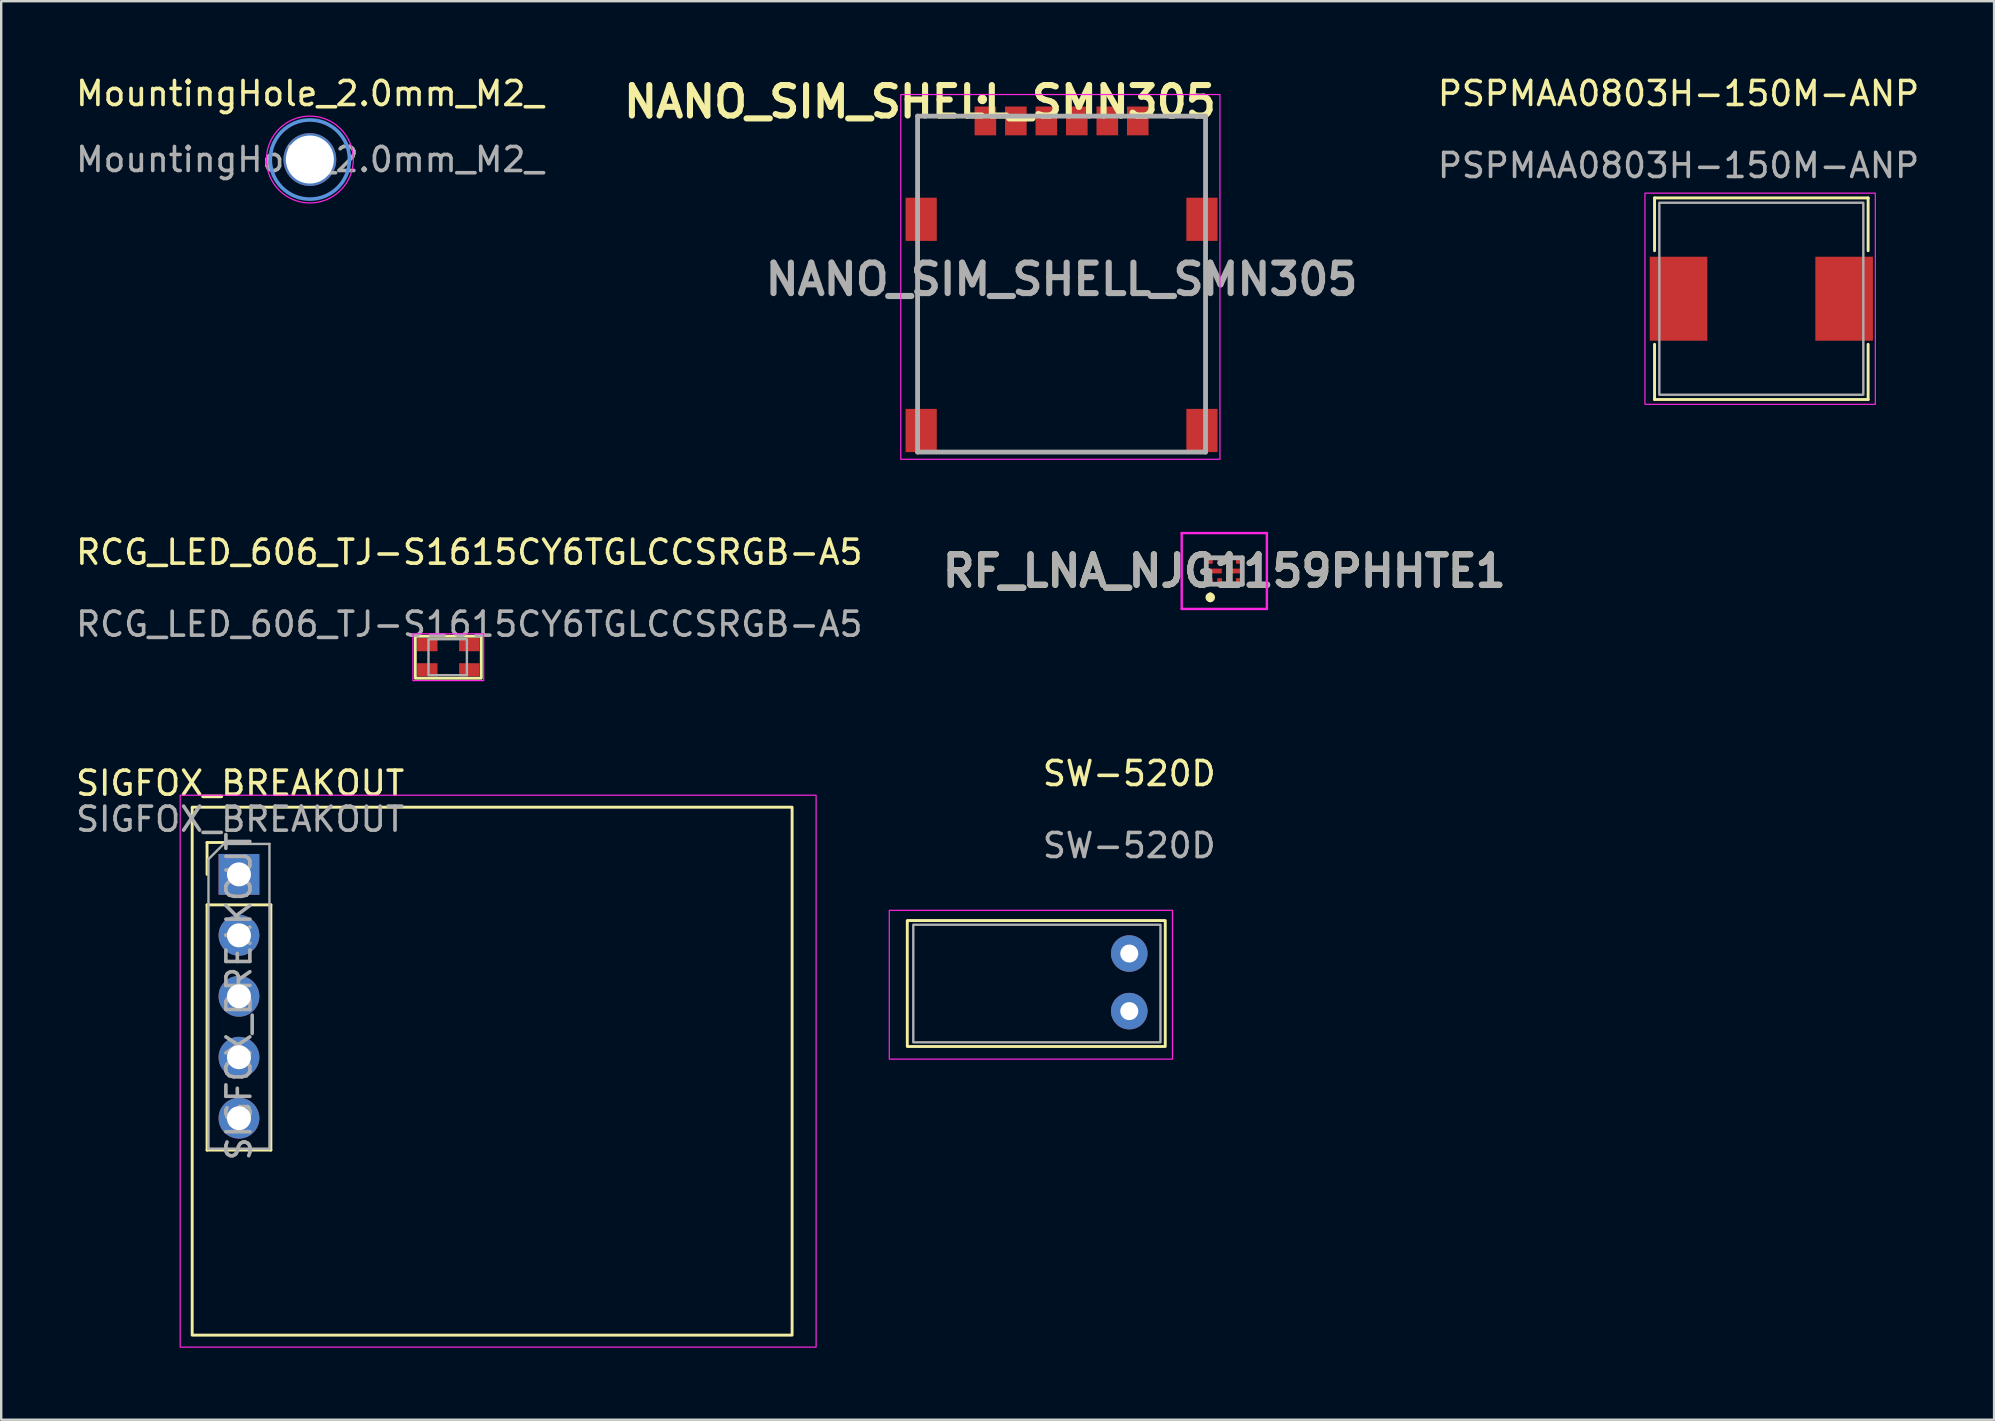
<source format=kicad_pcb>
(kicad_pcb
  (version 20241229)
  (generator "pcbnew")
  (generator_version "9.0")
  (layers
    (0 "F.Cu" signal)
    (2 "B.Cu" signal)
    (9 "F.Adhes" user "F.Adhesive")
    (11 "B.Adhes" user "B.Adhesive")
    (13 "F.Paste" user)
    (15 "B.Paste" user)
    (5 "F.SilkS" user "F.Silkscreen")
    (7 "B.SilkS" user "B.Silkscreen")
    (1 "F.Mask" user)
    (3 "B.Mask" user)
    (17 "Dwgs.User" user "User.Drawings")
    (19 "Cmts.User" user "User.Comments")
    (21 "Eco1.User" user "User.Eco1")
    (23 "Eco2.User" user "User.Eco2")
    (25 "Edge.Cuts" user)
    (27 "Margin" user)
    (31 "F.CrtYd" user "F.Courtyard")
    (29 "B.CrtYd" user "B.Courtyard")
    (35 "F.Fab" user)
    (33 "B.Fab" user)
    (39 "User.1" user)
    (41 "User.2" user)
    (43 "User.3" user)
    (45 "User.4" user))
  (footprint "SW-520D"
    (layer "F.Cu")
    (at 44.008 36.685)
    (property "Reference" "SW-520D" (at 0 -7.5 0) (unlocked yes) (layer "F.SilkS") (effects (font (size 1 1) (thickness 0.15))))
    (attr through_hole)
    (fp_rect (start -9.25 -1.375) (end 1.5 3.875) (stroke (width 0.12) (type default)) (fill no) (layer "F.SilkS"))
    (fp_rect (start -10 -1.8) (end 1.8 4.4) (stroke (width 0.05) (type default)) (fill no) (layer "F.CrtYd"))
    (fp_rect (start -9 -1.2) (end 1.3 3.7) (stroke (width 0.1) (type default)) (fill no) (layer "F.Fab"))
    (fp_text user "${REFERENCE}" (at 0 -4.5 0) (unlocked yes) (layer "F.Fab") (effects (font (size 1 1) (thickness 0.15))))
    (pad "1" thru_hole circle (at 0 0) (size 1.524 1.524) (drill 0.75) (layers "*.Cu" "*.Mask"))
    (pad "2" thru_hole circle (at 0 2.4) (size 1.524 1.524) (drill 0.75) (layers "*.Cu" "*.Mask")))
  (footprint "RF_LNA_NJG1159PHHTE1"
    (layer "F.Cu")
    (at 47.968 20.744)
    (property "Reference" "RF_LNA_NJG1159PHHTE1" (at 0 0 0) (layer "F.SilkS") (effects (font (size 1.27 1.27) (thickness 0.254))))
    (attr smd)
    (fp_line (start -0.585 1) (end -0.585 1) (stroke (width 0.2) (type solid)) (layer "F.SilkS"))
    (fp_line (start -0.585 1.2) (end -0.585 1.2) (stroke (width 0.2) (type solid)) (layer "F.SilkS"))
    (fp_arc (start -0.585 1) (mid -0.485 1.1) (end -0.585 1.2) (stroke (width 0.2) (type solid)) (layer "F.SilkS"))
    (fp_arc (start -0.585 1.2) (mid -0.685 1.1) (end -0.585 1) (stroke (width 0.2) (type solid)) (layer "F.SilkS"))
    (fp_line (start -1.775 -1.58) (end 1.775 -1.58) (stroke (width 0.1) (type solid)) (layer "F.CrtYd"))
    (fp_line (start -1.775 1.58) (end -1.775 -1.58) (stroke (width 0.1) (type solid)) (layer "F.CrtYd"))
    (fp_line (start 1.775 -1.58) (end 1.775 1.58) (stroke (width 0.1) (type solid)) (layer "F.CrtYd"))
    (fp_line (start 1.775 1.58) (end -1.775 1.58) (stroke (width 0.1) (type solid)) (layer "F.CrtYd"))
    (fp_line (start -0.75 -0.55) (end 0.75 -0.55) (stroke (width 0.2) (type solid)) (layer "F.Fab"))
    (fp_line (start -0.75 0.55) (end -0.75 -0.55) (stroke (width 0.2) (type solid)) (layer "F.Fab"))
    (fp_line (start 0.75 -0.55) (end 0.75 0.55) (stroke (width 0.2) (type solid)) (layer "F.Fab"))
    (fp_line (start 0.75 0.55) (end -0.75 0.55) (stroke (width 0.2) (type solid)) (layer "F.Fab"))
    (fp_text user "${REFERENCE}" (at 0 0 0) (layer "F.Fab") (effects (font (size 1.27 1.27) (thickness 0.254))))
    (pad "1" smd rect (at -0.585 0.44) (size 0.2 0.28) (layers "F.Cu" "F.Mask" "F.Paste"))
    (pad "2" smd rect (at -0.195 0.44) (size 0.2 0.28) (layers "F.Cu" "F.Mask" "F.Paste"))
    (pad "3" smd rect (at 0.195 0.44) (size 0.2 0.28) (layers "F.Cu" "F.Mask" "F.Paste"))
    (pad "4" smd rect (at 0.585 0.44) (size 0.2 0.28) (layers "F.Cu" "F.Mask" "F.Paste"))
    (pad "5" smd rect (at 0.585 -0.44) (size 0.2 0.28) (layers "F.Cu" "F.Mask" "F.Paste"))
    (pad "6" smd rect (at 0.195 -0.44) (size 0.2 0.28) (layers "F.Cu" "F.Mask" "F.Paste"))
    (pad "7" smd rect (at -0.195 -0.44) (size 0.2 0.28) (layers "F.Cu" "F.Mask" "F.Paste"))
    (pad "8" smd rect (at -0.585 -0.44) (size 0.2 0.28) (layers "F.Cu" "F.Mask" "F.Paste"))
    (pad "9" smd rect (at -0.44 0 90) (size 0.2 0.67) (layers "F.Cu" "F.Mask" "F.Paste"))
    (pad "10" smd rect (at 0.44 0 90) (size 0.2 0.67) (layers "F.Cu" "F.Mask" "F.Paste")))
  (footprint "MountingHole_2.0mm_M2_"
    (layer "F.Cu")
    (at 9.863 3.598)
    (property "Reference" "MountingHole_2.0mm_M2_" (at 0 -2.75 0) (layer "F.SilkS") (effects (font (size 1 1) (thickness 0.15))))
    (attr exclude_from_pos_files exclude_from_bom)
    (fp_circle (center 0 0) (end 1.65 0) (stroke (width 0.15) (type solid)) (fill no) (layer "Cmts.User"))
    (fp_circle (center 0 0) (end 1.81 0.03) (stroke (width 0.05) (type solid)) (fill no) (layer "F.CrtYd"))
    (fp_text user "${REFERENCE}" (at 0 0 0) (layer "F.Fab") (effects (font (size 1 1) (thickness 0.15))))
    (pad "" np_thru_hole circle (at 0 0) (size 2.2 2.2) (drill 2) (layers "*.Cu" "*.Mask")))
  (footprint "PSPMAA0803H-150M-ANP"
    (layer "F.Cu")
    (at 66.897 9.398)
    (property "Reference" "PSPMAA0803H-150M-ANP" (at 0 -8.55 0) (unlocked yes) (layer "F.SilkS") (effects (font (size 1 1) (thickness 0.15))))
    (attr smd)
    (fp_line (start -1 -4.2) (end 7.9 -4.2) (stroke (width 0.12) (type default)) (layer "F.SilkS"))
    (fp_line (start -1 -2) (end -1 -4.2) (stroke (width 0.12) (type default)) (layer "F.SilkS"))
    (fp_line (start -1 4.2) (end -1 1.9) (stroke (width 0.12) (type default)) (layer "F.SilkS"))
    (fp_line (start 7.9 -4.2) (end 7.9 -2) (stroke (width 0.12) (type default)) (layer "F.SilkS"))
    (fp_line (start 7.9 1.9) (end 7.9 4.2) (stroke (width 0.12) (type default)) (layer "F.SilkS"))
    (fp_line (start 7.9 4.2) (end -1 4.2) (stroke (width 0.12) (type default)) (layer "F.SilkS"))
    (fp_rect (start -1.4 -4.4) (end 8.2 4.4) (stroke (width 0.05) (type default)) (fill no) (layer "F.CrtYd"))
    (fp_rect (start -0.8 -4) (end 7.7 4) (stroke (width 0.1) (type default)) (fill no) (layer "F.Fab"))
    (fp_text user "${REFERENCE}" (at 0 -5.55 0) (unlocked yes) (layer "F.Fab") (effects (font (size 1 1) (thickness 0.15))))
    (pad "1" smd rect (at 0 0) (size 2.4 3.5) (layers "F.Cu" "F.Mask" "F.Paste"))
    (pad "2" smd rect (at 6.9 0) (size 2.4 3.5) (layers "F.Cu" "F.Mask" "F.Paste")))
  (footprint "NANO_SIM_SHELL_SMN305"
    (layer "F.Cu")
    (at 41.187 8.589)
    (property "Reference" "NANO_SIM_SHELL_SMN305" (at -5.9 -7.4 0) (layer "F.SilkS") (effects (font (size 1.27 1.27) (thickness 0.254))))
    (attr smd)
    (fp_line (start -6 -6.8) (end -6 -4) (stroke (width 0.1) (type solid)) (layer "F.SilkS"))
    (fp_line (start -6 -1) (end -6 5) (stroke (width 0.1) (type solid)) (layer "F.SilkS"))
    (fp_line (start -4.5 7.2) (end 4.5 7.2) (stroke (width 0.1) (type solid)) (layer "F.SilkS"))
    (fp_line (start -4 -6.8) (end -6 -6.8) (stroke (width 0.1) (type solid)) (layer "F.SilkS"))
    (fp_line (start -3.3 -7.6) (end -3.3 -7.6) (stroke (width 0.2) (type solid)) (layer "F.SilkS"))
    (fp_line (start -3.3 -7.4) (end -3.3 -7.4) (stroke (width 0.2) (type solid)) (layer "F.SilkS"))
    (fp_line (start 6 -6.8) (end 4.5 -6.8) (stroke (width 0.1) (type solid)) (layer "F.SilkS"))
    (fp_line (start 6 -4) (end 6 -6.8) (stroke (width 0.1) (type solid)) (layer "F.SilkS"))
    (fp_line (start 6 5) (end 6 -1) (stroke (width 0.1) (type solid)) (layer "F.SilkS"))
    (fp_arc (start -3.3 -7.6) (mid -3.2 -7.5) (end -3.3 -7.4) (stroke (width 0.2) (type solid)) (layer "F.SilkS"))
    (fp_arc (start -3.3 -7.4) (mid -3.4 -7.5) (end -3.3 -7.6) (stroke (width 0.2) (type solid)) (layer "F.SilkS"))
    (fp_rect (start -6.7 -7.7) (end 6.6 7.5) (stroke (width 0.05) (type default)) (fill no) (layer "F.CrtYd"))
    (fp_line (start -6 -6.8) (end 6 -6.8) (stroke (width 0.2) (type solid)) (layer "F.Fab"))
    (fp_line (start -6 7.2) (end -6 -6.8) (stroke (width 0.2) (type solid)) (layer "F.Fab"))
    (fp_line (start 6 -6.8) (end 6 7.2) (stroke (width 0.2) (type solid)) (layer "F.Fab"))
    (fp_line (start 6 7.2) (end -6 7.2) (stroke (width 0.2) (type solid)) (layer "F.Fab"))
    (fp_text user "${REFERENCE}" (at 0 0 0) (layer "F.Fab") (effects (font (size 1.27 1.27) (thickness 0.254))))
    (pad "C1" smd rect (at -3.175 -6.6) (size 0.9 1.2) (layers "F.Cu" "F.Mask" "F.Paste"))
    (pad "C2" smd rect (at -0.635 -6.6) (size 0.9 1.2) (layers "F.Cu" "F.Mask" "F.Paste"))
    (pad "C3" smd rect (at 1.905 -6.6) (size 0.9 1.2) (layers "F.Cu" "F.Mask" "F.Paste"))
    (pad "C5" smd rect (at -1.905 -6.6) (size 0.9 1.2) (layers "F.Cu" "F.Mask" "F.Paste"))
    (pad "C6" smd rect (at 0.635 -6.6) (size 0.9 1.2) (layers "F.Cu" "F.Mask" "F.Paste"))
    (pad "C7" smd rect (at 3.175 -6.6) (size 0.9 1.2) (layers "F.Cu" "F.Mask" "F.Paste"))
    (pad "MP1" smd rect (at -5.85 -2.5) (size 1.3 1.8) (layers "F.Cu" "F.Mask" "F.Paste"))
    (pad "MP2" smd rect (at -5.85 6.3) (size 1.3 1.8) (layers "F.Cu" "F.Mask" "F.Paste"))
    (pad "MP3" smd rect (at 5.85 6.3) (size 1.3 1.8) (layers "F.Cu" "F.Mask" "F.Paste"))
    (pad "MP4" smd rect (at 5.85 -2.5) (size 1.3 1.8) (layers "F.Cu" "F.Mask" "F.Paste")))
  (footprint "RCG_LED_606_TJ-S1615CY6TGLCCSRGB-A5"
    (layer "F.Cu")
    (at 16.506 24.862)
    (property "Reference" "RCG_LED_606_TJ-S1615CY6TGLCCSRGB-A5" (at 0 -4.9 0) (unlocked yes) (layer "F.SilkS") (effects (font (size 1 1) (thickness 0.15))))
    (attr smd)
    (fp_rect (start -2.25 -1.4) (end 0.5 0.35) (stroke (width 0.12) (type default)) (fill no) (layer "F.SilkS"))
    (fp_rect (start -2.35 -1.5) (end 0.6 0.45) (stroke (width 0.05) (type default)) (fill no) (layer "F.CrtYd"))
    (fp_rect (start -1.7 -1.275) (end -0.1 0.225) (stroke (width 0.1) (type default)) (fill no) (layer "F.Fab"))
    (fp_text user "${REFERENCE}" (at 0 -1.9 0) (unlocked yes) (layer "F.Fab") (effects (font (size 1 1) (thickness 0.15))))
    (pad "1" smd rect (at 0 0) (size 0.85 0.55) (layers "F.Cu" "F.Mask" "F.Paste"))
    (pad "2" smd rect (at -1.75 0) (size 0.85 0.55) (layers "F.Cu" "F.Mask" "F.Paste"))
    (pad "3" smd rect (at -1.75 -1.05) (size 0.85 0.55) (layers "F.Cu" "F.Mask" "F.Paste"))
    (pad "4" smd rect (at 0 -1.05) (size 0.85 0.55) (layers "F.Cu" "F.Mask" "F.Paste")))
  (footprint "SIGFOX_BREAKOUT"
    (layer "F.Cu")
    (at 6.958 28.587)
    (property "Reference" "SIGFOX_BREAKOUT" (at 0 1 0) (unlocked yes) (layer "F.SilkS") (effects (font (size 1 1) (thickness 0.15))))
    (attr through_hole)
    (fp_line (start -1.38 3.47) (end -0.05 3.47) (stroke (width 0.12) (type solid)) (layer "F.SilkS"))
    (fp_line (start -1.38 4.8) (end -1.38 3.47) (stroke (width 0.12) (type solid)) (layer "F.SilkS"))
    (fp_line (start -1.38 6.07) (end -1.38 16.29) (stroke (width 0.12) (type solid)) (layer "F.SilkS"))
    (fp_line (start -1.38 6.07) (end 1.28 6.07) (stroke (width 0.12) (type solid)) (layer "F.SilkS"))
    (fp_line (start -1.38 16.29) (end 1.28 16.29) (stroke (width 0.12) (type solid)) (layer "F.SilkS"))
    (fp_line (start 1.28 6.07) (end 1.28 16.29) (stroke (width 0.12) (type solid)) (layer "F.SilkS"))
    (fp_rect (start -2 2) (end 23 24) (stroke (width 0.12) (type default)) (fill no) (layer "F.SilkS"))
    (fp_rect (start -2.5 1.5) (end 24 24.5) (stroke (width 0.05) (type default)) (fill no) (layer "F.CrtYd"))
    (fp_line (start -1.32 4.165) (end -0.685 3.53) (stroke (width 0.1) (type solid)) (layer "F.Fab"))
    (fp_line (start -1.32 16.23) (end -1.32 4.165) (stroke (width 0.1) (type solid)) (layer "F.Fab"))
    (fp_line (start -0.685 3.53) (end 1.22 3.53) (stroke (width 0.1) (type solid)) (layer "F.Fab"))
    (fp_line (start 1.22 3.53) (end 1.22 16.23) (stroke (width 0.1) (type solid)) (layer "F.Fab"))
    (fp_line (start 1.22 16.23) (end -1.32 16.23) (stroke (width 0.1) (type solid)) (layer "F.Fab"))
    (fp_text user "${REFERENCE}" (at 0 2.5 0) (unlocked yes) (layer "F.Fab") (effects (font (size 1 1) (thickness 0.15))))
    (fp_text user "${REFERENCE}" (at -0.05 9.88 90) (layer "F.Fab") (effects (font (size 1 1) (thickness 0.15))))
    (pad "1" thru_hole rect (at -0.05 4.8) (size 1.7 1.7) (drill 1) (layers "*.Cu" "*.Mask"))
    (pad "2" thru_hole oval (at -0.05 7.34) (size 1.7 1.7) (drill 1) (layers "*.Cu" "*.Mask"))
    (pad "3" thru_hole oval (at -0.05 9.88) (size 1.7 1.7) (drill 1) (layers "*.Cu" "*.Mask"))
    (pad "4" thru_hole oval (at -0.05 12.42) (size 1.7 1.7) (drill 1) (layers "*.Cu" "*.Mask"))
    (pad "5" thru_hole oval (at -0.05 14.96) (size 1.7 1.7) (drill 1) (layers "*.Cu" "*.Mask")))
  (gr_rect
    (start -3 -3)
    (end 80.046 56.112)
    (stroke (width 0.1) (type default))
    (fill no)
    (layer "Edge.Cuts")))
</source>
